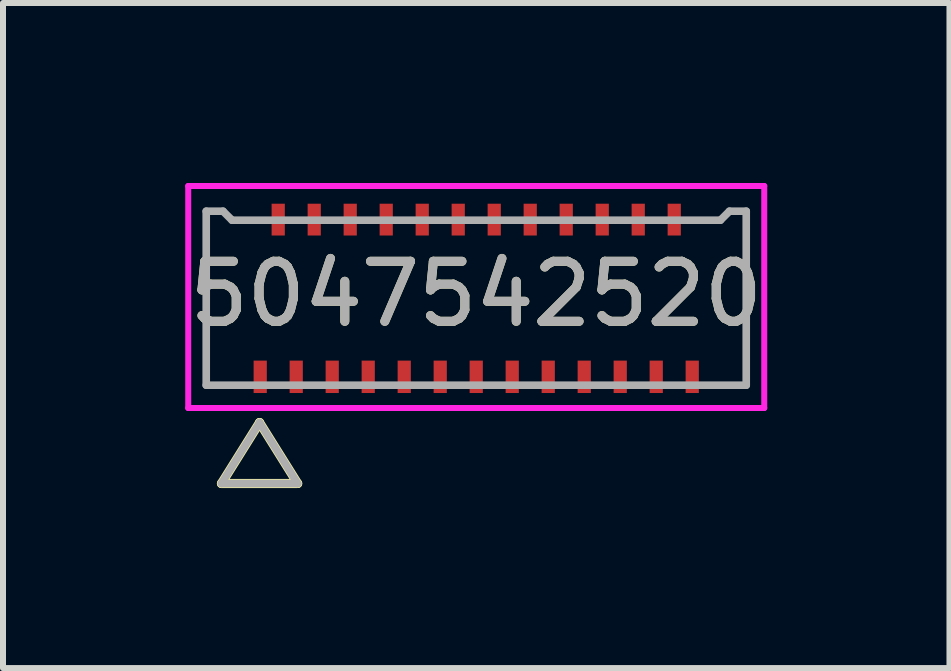
<source format=kicad_pcb>
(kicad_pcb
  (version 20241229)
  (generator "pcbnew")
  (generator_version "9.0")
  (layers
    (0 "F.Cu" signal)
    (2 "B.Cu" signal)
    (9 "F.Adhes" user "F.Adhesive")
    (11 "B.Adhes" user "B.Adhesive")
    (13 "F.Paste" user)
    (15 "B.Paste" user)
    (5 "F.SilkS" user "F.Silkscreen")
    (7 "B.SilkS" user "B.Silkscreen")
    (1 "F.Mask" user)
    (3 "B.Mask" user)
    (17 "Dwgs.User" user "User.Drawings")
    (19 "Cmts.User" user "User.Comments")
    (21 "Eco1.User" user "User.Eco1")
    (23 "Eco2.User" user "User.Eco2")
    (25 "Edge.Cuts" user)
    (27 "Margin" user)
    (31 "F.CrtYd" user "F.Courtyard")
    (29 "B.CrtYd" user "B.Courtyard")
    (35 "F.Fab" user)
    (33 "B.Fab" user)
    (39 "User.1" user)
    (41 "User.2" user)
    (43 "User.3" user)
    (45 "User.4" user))
  (footprint "5047542520"
    (layer "F.Cu")
    (at 4.887 1.85)
    (property "Reference" "5047542520" (at 0 0 0) (unlocked yes) (layer "F.SilkS") (effects (font (size 1 1) (thickness 0.15))))
    (attr smd)
    (fp_line (start -4.246 3.158) (end -3.611 2.142) (stroke (width 0.152) (type solid)) (layer "F.SilkS"))
    (fp_line (start -2.976 3.158) (end -4.246 3.158) (stroke (width 0.152) (type solid)) (layer "F.SilkS"))
    (fp_line (start -2.976 3.158) (end -3.611 2.142) (stroke (width 0.152) (type solid)) (layer "F.SilkS"))
    (fp_line (start -4.8 -1.8) (end -4.8 1.9) (stroke (width 0.1) (type solid)) (layer "F.CrtYd"))
    (fp_line (start -4.8 1.9) (end 4.8 1.9) (stroke (width 0.1) (type solid)) (layer "F.CrtYd"))
    (fp_line (start 4.8 -1.8) (end -4.8 -1.8) (stroke (width 0.1) (type solid)) (layer "F.CrtYd"))
    (fp_line (start 4.8 1.9) (end 4.8 -1.8) (stroke (width 0.1) (type solid)) (layer "F.CrtYd"))
    (fp_line (start -4.5 -1.38) (end -4.22 -1.38) (stroke (width 0.127) (type solid)) (layer "F.Fab"))
    (fp_line (start -4.5 1.52) (end -4.5 -1.38) (stroke (width 0.127) (type solid)) (layer "F.Fab"))
    (fp_line (start -4.5 1.52) (end 4.5 1.52) (stroke (width 0.127) (type solid)) (layer "F.Fab"))
    (fp_line (start -4.246 3.158) (end -3.611 2.142) (stroke (width 0.127) (type solid)) (layer "F.Fab"))
    (fp_line (start -4.22 -1.38) (end -4.07 -1.23) (stroke (width 0.127) (type solid)) (layer "F.Fab"))
    (fp_line (start -4.07 -1.23) (end 4.07 -1.23) (stroke (width 0.127) (type solid)) (layer "F.Fab"))
    (fp_line (start -2.976 3.158) (end -4.246 3.158) (stroke (width 0.127) (type solid)) (layer "F.Fab"))
    (fp_line (start -2.976 3.158) (end -3.611 2.142) (stroke (width 0.127) (type solid)) (layer "F.Fab"))
    (fp_line (start 4.07 -1.23) (end 4.22 -1.38) (stroke (width 0.127) (type solid)) (layer "F.Fab"))
    (fp_line (start 4.22 -1.38) (end 4.5 -1.38) (stroke (width 0.127) (type solid)) (layer "F.Fab"))
    (fp_line (start 4.5 -1.38) (end 4.5 1.52) (stroke (width 0.127) (type solid)) (layer "F.Fab"))
    (fp_text user "${REFERENCE}" (at 0 0 0) (unlocked yes) (layer "F.Fab") (effects (font (size 1 1) (thickness 0.15))))
    (pad "1" smd rect (at -3.6 1.38) (size 0.22 0.54) (layers "F.Cu" "F.Mask" "F.Paste"))
    (pad "2" smd rect (at -3.3 -1.24) (size 0.22 0.53) (layers "F.Cu" "F.Mask" "F.Paste"))
    (pad "3" smd rect (at -3 1.38) (size 0.22 0.54) (layers "F.Cu" "F.Mask" "F.Paste"))
    (pad "4" smd rect (at -2.7 -1.24) (size 0.22 0.53) (layers "F.Cu" "F.Mask" "F.Paste"))
    (pad "5" smd rect (at -2.4 1.38) (size 0.22 0.54) (layers "F.Cu" "F.Mask" "F.Paste"))
    (pad "6" smd rect (at -2.1 -1.24) (size 0.22 0.53) (layers "F.Cu" "F.Mask" "F.Paste"))
    (pad "7" smd rect (at -1.8 1.38) (size 0.22 0.54) (layers "F.Cu" "F.Mask" "F.Paste"))
    (pad "8" smd rect (at -1.5 -1.24) (size 0.22 0.53) (layers "F.Cu" "F.Mask" "F.Paste"))
    (pad "9" smd rect (at -1.2 1.38) (size 0.22 0.54) (layers "F.Cu" "F.Mask" "F.Paste"))
    (pad "10" smd rect (at -0.9 -1.24) (size 0.22 0.53) (layers "F.Cu" "F.Mask" "F.Paste"))
    (pad "11" smd rect (at -0.6 1.38) (size 0.22 0.54) (layers "F.Cu" "F.Mask" "F.Paste"))
    (pad "12" smd rect (at -0.3 -1.24) (size 0.22 0.53) (layers "F.Cu" "F.Mask" "F.Paste"))
    (pad "13" smd rect (at 0 1.38) (size 0.22 0.54) (layers "F.Cu" "F.Mask" "F.Paste"))
    (pad "14" smd rect (at 0.3 -1.24) (size 0.22 0.53) (layers "F.Cu" "F.Mask" "F.Paste"))
    (pad "15" smd rect (at 0.6 1.38) (size 0.22 0.54) (layers "F.Cu" "F.Mask" "F.Paste"))
    (pad "16" smd rect (at 0.9 -1.24) (size 0.22 0.53) (layers "F.Cu" "F.Mask" "F.Paste"))
    (pad "17" smd rect (at 1.2 1.38) (size 0.22 0.54) (layers "F.Cu" "F.Mask" "F.Paste"))
    (pad "18" smd rect (at 1.5 -1.24) (size 0.22 0.53) (layers "F.Cu" "F.Mask" "F.Paste"))
    (pad "19" smd rect (at 1.8 1.38) (size 0.22 0.54) (layers "F.Cu" "F.Mask" "F.Paste"))
    (pad "20" smd rect (at 2.1 -1.24) (size 0.22 0.53) (layers "F.Cu" "F.Mask" "F.Paste"))
    (pad "21" smd rect (at 2.4 1.38) (size 0.22 0.54) (layers "F.Cu" "F.Mask" "F.Paste"))
    (pad "22" smd rect (at 2.7 -1.24) (size 0.22 0.53) (layers "F.Cu" "F.Mask" "F.Paste"))
    (pad "23" smd rect (at 3 1.38) (size 0.22 0.54) (layers "F.Cu" "F.Mask" "F.Paste"))
    (pad "24" smd rect (at 3.3 -1.24) (size 0.22 0.53) (layers "F.Cu" "F.Mask" "F.Paste"))
    (pad "25" smd rect (at 3.6 1.38) (size 0.22 0.54) (layers "F.Cu" "F.Mask" "F.Paste")))
  (gr_rect
    (start -3 -3)
    (end 12.774 8.084)
    (stroke (width 0.1) (type default))
    (fill no)
    (layer "Edge.Cuts")))
</source>
